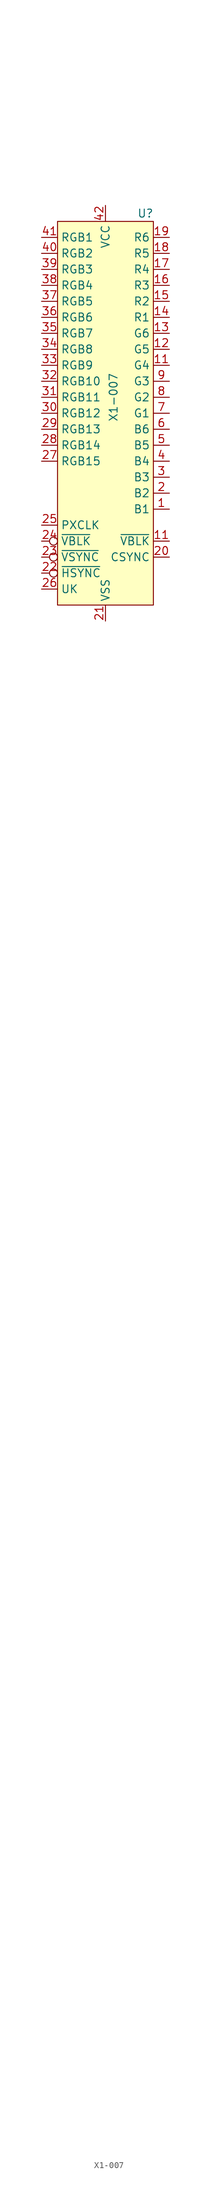
<source format=kicad_sym>
(kicad_symbol_lib
  (version 20211014)
  (generator kicad_symbol_editor)
  (symbol "X1-007"
    (property "Reference" "U"
      (at 6.35 29.21 0)
      (effects (font (size 1.27 1.27))))
    (property "Value" "X1-007"
      (at 1.27 0 90)
      (effects (font (size 1.27 1.27))))
    (symbol "X1-007_0_0"
      (text "" (at 11.43 -251.46 0) (effects (font (size 1.27 1.27)))))
    (symbol "X1-007_0_1"
      (rectangle (start -7.62 27.94) (end 7.62 -33.02) (stroke (width 0) (type default) (color 0 0 0 0)) (fill (type background))))
    (symbol "X1-007_1_1"
      (pin output line (at 10.16 -17.78 180) (length 2.54) (name "B1" (effects (font (size 1.27 1.27)))) (number "1" (effects (font (size 1.27 1.27)))))
      (pin output line (at 10.16 5.08 180) (length 2.54) (name "G4" (effects (font (size 1.27 1.27)))) (number "11" (effects (font (size 1.27 1.27)))))
      (pin output line (at 10.16 -22.86 180) (length 2.54) (name "~{VBLK}" (effects (font (size 1.27 1.27)))) (number "11" (effects (font (size 1.27 1.27)))))
      (pin output line (at 10.16 7.62 180) (length 2.54) (name "G5" (effects (font (size 1.27 1.27)))) (number "12" (effects (font (size 1.27 1.27)))))
      (pin output line (at 10.16 10.16 180) (length 2.54) (name "G6" (effects (font (size 1.27 1.27)))) (number "13" (effects (font (size 1.27 1.27)))))
      (pin output line (at 10.16 12.7 180) (length 2.54) (name "R1" (effects (font (size 1.27 1.27)))) (number "14" (effects (font (size 1.27 1.27)))))
      (pin output line (at 10.16 15.24 180) (length 2.54) (name "R2" (effects (font (size 1.27 1.27)))) (number "15" (effects (font (size 1.27 1.27)))))
      (pin output line (at 10.16 17.78 180) (length 2.54) (name "R3" (effects (font (size 1.27 1.27)))) (number "16" (effects (font (size 1.27 1.27)))))
      (pin output line (at 10.16 20.32 180) (length 2.54) (name "R4" (effects (font (size 1.27 1.27)))) (number "17" (effects (font (size 1.27 1.27)))))
      (pin output line (at 10.16 22.86 180) (length 2.54) (name "R5" (effects (font (size 1.27 1.27)))) (number "18" (effects (font (size 1.27 1.27)))))
      (pin output line (at 10.16 25.4 180) (length 2.54) (name "R6" (effects (font (size 1.27 1.27)))) (number "19" (effects (font (size 1.27 1.27)))))
      (pin output line (at 10.16 -15.24 180) (length 2.54) (name "B2" (effects (font (size 1.27 1.27)))) (number "2" (effects (font (size 1.27 1.27)))))
      (pin output line (at 10.16 -25.4 180) (length 2.54) (name "CSYNC" (effects (font (size 1.27 1.27)))) (number "20" (effects (font (size 1.27 1.27)))))
      (pin power_in line (at 0 -35.56 90) (length 2.54) (name "VSS" (effects (font (size 1.27 1.27)))) (number "21" (effects (font (size 1.27 1.27)))))
      (pin input inverted (at -10.16 -27.94 0) (length 2.54) (name "~{HSYNC}" (effects (font (size 1.27 1.27)))) (number "22" (effects (font (size 1.27 1.27)))))
      (pin input inverted (at -10.16 -25.4 0) (length 2.54) (name "~{VSYNC}" (effects (font (size 1.27 1.27)))) (number "23" (effects (font (size 1.27 1.27)))))
      (pin input inverted (at -10.16 -22.86 0) (length 2.54) (name "~{VBLK}" (effects (font (size 1.27 1.27)))) (number "24" (effects (font (size 1.27 1.27)))))
      (pin input line (at -10.16 -20.32 0) (length 2.54) (name "PXCLK" (effects (font (size 1.27 1.27)))) (number "25" (effects (font (size 1.27 1.27)))))
      (pin input line (at -10.16 -30.48 0) (length 2.54) (name "UK" (effects (font (size 1.27 1.27)))) (number "26" (effects (font (size 1.27 1.27)))))
      (pin input line (at -10.16 -10.16 0) (length 2.54) (name "RGB15" (effects (font (size 1.27 1.27)))) (number "27" (effects (font (size 1.27 1.27)))))
      (pin input line (at -10.16 -7.62 0) (length 2.54) (name "RGB14" (effects (font (size 1.27 1.27)))) (number "28" (effects (font (size 1.27 1.27)))))
      (pin input line (at -10.16 -5.08 0) (length 2.54) (name "RGB13" (effects (font (size 1.27 1.27)))) (number "29" (effects (font (size 1.27 1.27)))))
      (pin output line (at 10.16 -12.7 180) (length 2.54) (name "B3" (effects (font (size 1.27 1.27)))) (number "3" (effects (font (size 1.27 1.27)))))
      (pin input line (at -10.16 -2.54 0) (length 2.54) (name "RGB12" (effects (font (size 1.27 1.27)))) (number "30" (effects (font (size 1.27 1.27)))))
      (pin input line (at -10.16 0 0) (length 2.54) (name "RGB11" (effects (font (size 1.27 1.27)))) (number "31" (effects (font (size 1.27 1.27)))))
      (pin input line (at -10.16 2.54 0) (length 2.54) (name "RGB10" (effects (font (size 1.27 1.27)))) (number "32" (effects (font (size 1.27 1.27)))))
      (pin input line (at -10.16 5.08 0) (length 2.54) (name "RGB9" (effects (font (size 1.27 1.27)))) (number "33" (effects (font (size 1.27 1.27)))))
      (pin input line (at -10.16 7.62 0) (length 2.54) (name "RGB8" (effects (font (size 1.27 1.27)))) (number "34" (effects (font (size 1.27 1.27)))))
      (pin input line (at -10.16 10.16 0) (length 2.54) (name "RGB7" (effects (font (size 1.27 1.27)))) (number "35" (effects (font (size 1.27 1.27)))))
      (pin input line (at -10.16 12.7 0) (length 2.54) (name "RGB6" (effects (font (size 1.27 1.27)))) (number "36" (effects (font (size 1.27 1.27)))))
      (pin input line (at -10.16 15.24 0) (length 2.54) (name "RGB5" (effects (font (size 1.27 1.27)))) (number "37" (effects (font (size 1.27 1.27)))))
      (pin input line (at -10.16 17.78 0) (length 2.54) (name "RGB4" (effects (font (size 1.27 1.27)))) (number "38" (effects (font (size 1.27 1.27)))))
      (pin input line (at -10.16 20.32 0) (length 2.54) (name "RGB3" (effects (font (size 1.27 1.27)))) (number "39" (effects (font (size 1.27 1.27)))))
      (pin output line (at 10.16 -10.16 180) (length 2.54) (name "B4" (effects (font (size 1.27 1.27)))) (number "4" (effects (font (size 1.27 1.27)))))
      (pin input line (at -10.16 22.86 0) (length 2.54) (name "RGB2" (effects (font (size 1.27 1.27)))) (number "40" (effects (font (size 1.27 1.27)))))
      (pin input line (at -10.16 25.4 0) (length 2.54) (name "RGB1" (effects (font (size 1.27 1.27)))) (number "41" (effects (font (size 1.27 1.27)))))
      (pin power_in line (at 0 30.48 270) (length 2.54) (name "VCC" (effects (font (size 1.27 1.27)))) (number "42" (effects (font (size 1.27 1.27)))))
      (pin output line (at 10.16 -7.62 180) (length 2.54) (name "B5" (effects (font (size 1.27 1.27)))) (number "5" (effects (font (size 1.27 1.27)))))
      (pin output line (at 10.16 -5.08 180) (length 2.54) (name "B6" (effects (font (size 1.27 1.27)))) (number "6" (effects (font (size 1.27 1.27)))))
      (pin output line (at 10.16 -2.54 180) (length 2.54) (name "G1" (effects (font (size 1.27 1.27)))) (number "7" (effects (font (size 1.27 1.27)))))
      (pin output line (at 10.16 0 180) (length 2.54) (name "G2" (effects (font (size 1.27 1.27)))) (number "8" (effects (font (size 1.27 1.27)))))
      (pin output line (at 10.16 2.54 180) (length 2.54) (name "G3" (effects (font (size 1.27 1.27)))) (number "9" (effects (font (size 1.27 1.27))))))))
</source>
